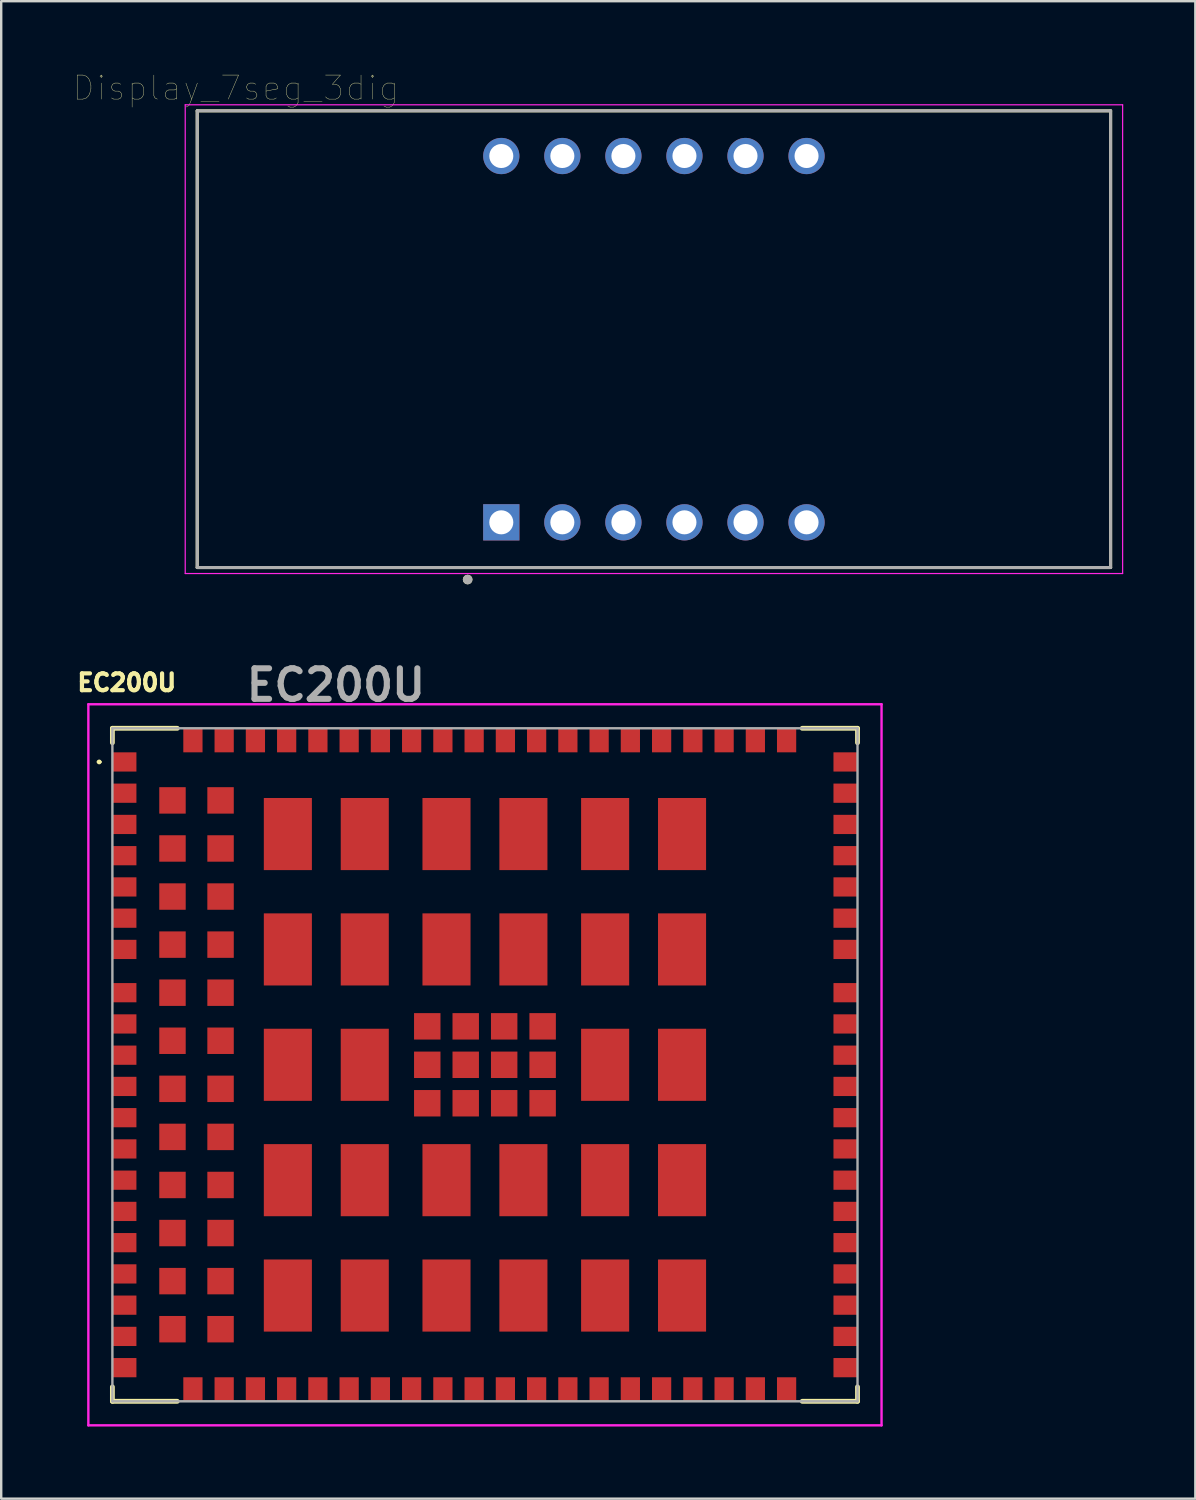
<source format=kicad_pcb>
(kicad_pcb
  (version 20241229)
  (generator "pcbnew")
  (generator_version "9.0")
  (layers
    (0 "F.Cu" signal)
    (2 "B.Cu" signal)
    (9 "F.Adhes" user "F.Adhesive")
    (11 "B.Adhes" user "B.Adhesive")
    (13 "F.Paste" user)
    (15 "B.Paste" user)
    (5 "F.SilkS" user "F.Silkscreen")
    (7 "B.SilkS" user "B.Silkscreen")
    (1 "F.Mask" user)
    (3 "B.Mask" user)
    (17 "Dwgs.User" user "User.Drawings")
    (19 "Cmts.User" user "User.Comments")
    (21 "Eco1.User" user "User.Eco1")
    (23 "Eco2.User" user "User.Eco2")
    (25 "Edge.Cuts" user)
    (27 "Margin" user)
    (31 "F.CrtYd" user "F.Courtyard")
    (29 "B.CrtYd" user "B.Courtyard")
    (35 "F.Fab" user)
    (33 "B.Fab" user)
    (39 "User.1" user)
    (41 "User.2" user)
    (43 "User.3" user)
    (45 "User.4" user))
  (footprint "Display_7seg_3dig"
    (layer "F.Cu")
    (at 24.156 11.061)
    (property "Reference" "Display_7seg_3dig" (at -17.4 -10.45 0) (layer "F.SilkS") (effects (font (size 1 1) (thickness 0.015))))
    (attr through_hole)
    (fp_line (start -19 -9.5) (end -19 9.5) (stroke (width 0.127) (type solid)) (layer "F.SilkS"))
    (fp_line (start -19 9.5) (end 19 9.5) (stroke (width 0.127) (type solid)) (layer "F.SilkS"))
    (fp_line (start 19 -9.5) (end -19 -9.5) (stroke (width 0.127) (type solid)) (layer "F.SilkS"))
    (fp_line (start 19 9.5) (end 19 -9.5) (stroke (width 0.127) (type solid)) (layer "F.SilkS"))
    (fp_circle (center -7.75 10) (end -7.65 10) (stroke (width 0.2) (type solid)) (fill no) (layer "F.SilkS"))
    (fp_line (start -19.5 -9.75) (end -19.5 9.75) (stroke (width 0.05) (type solid)) (layer "F.CrtYd"))
    (fp_line (start -19.5 9.75) (end 19.5 9.75) (stroke (width 0.05) (type solid)) (layer "F.CrtYd"))
    (fp_line (start 19.5 -9.75) (end -19.5 -9.75) (stroke (width 0.05) (type solid)) (layer "F.CrtYd"))
    (fp_line (start 19.5 9.75) (end 19.5 -9.75) (stroke (width 0.05) (type solid)) (layer "F.CrtYd"))
    (fp_line (start -19 -9.5) (end -19 9.5) (stroke (width 0.127) (type solid)) (layer "F.Fab"))
    (fp_line (start -19 9.5) (end 19 9.5) (stroke (width 0.127) (type solid)) (layer "F.Fab"))
    (fp_line (start 19 -9.5) (end -19 -9.5) (stroke (width 0.127) (type solid)) (layer "F.Fab"))
    (fp_line (start 19 9.5) (end 19 -9.5) (stroke (width 0.127) (type solid)) (layer "F.Fab"))
    (fp_circle (center -7.75 10) (end -7.65 10) (stroke (width 0.2) (type solid)) (fill no) (layer "F.Fab"))
    (pad "1" thru_hole rect (at -6.35 7.62) (size 1.508 1.508) (drill 1) (layers "*.Cu" "*.Mask"))
    (pad "2" thru_hole circle (at -3.81 7.62) (size 1.508 1.508) (drill 1) (layers "*.Cu" "*.Mask"))
    (pad "3" thru_hole circle (at -1.27 7.62) (size 1.508 1.508) (drill 1) (layers "*.Cu" "*.Mask"))
    (pad "4" thru_hole circle (at 1.27 7.62) (size 1.508 1.508) (drill 1) (layers "*.Cu" "*.Mask"))
    (pad "5" thru_hole circle (at 3.81 7.62) (size 1.508 1.508) (drill 1) (layers "*.Cu" "*.Mask"))
    (pad "6" thru_hole circle (at 6.35 7.62) (size 1.508 1.508) (drill 1) (layers "*.Cu" "*.Mask"))
    (pad "7" thru_hole circle (at 6.35 -7.62) (size 1.508 1.508) (drill 1) (layers "*.Cu" "*.Mask"))
    (pad "8" thru_hole circle (at 3.81 -7.62) (size 1.508 1.508) (drill 1) (layers "*.Cu" "*.Mask"))
    (pad "9" thru_hole circle (at 1.27 -7.62) (size 1.508 1.508) (drill 1) (layers "*.Cu" "*.Mask"))
    (pad "10" thru_hole circle (at -1.27 -7.62) (size 1.508 1.508) (drill 1) (layers "*.Cu" "*.Mask"))
    (pad "11" thru_hole circle (at -3.81 -7.62) (size 1.508 1.508) (drill 1) (layers "*.Cu" "*.Mask"))
    (pad "12" thru_hole circle (at -6.35 -7.62) (size 1.508 1.508) (drill 1) (layers "*.Cu" "*.Mask")))
  (footprint "EC200U"
    (layer "F.Cu")
    (at 17.126 41.25)
    (property "Reference" "EC200U" (at -14.9 -15.9 0) (layer "F.SilkS") (effects (font (size 0.7 0.7) (thickness 0.175))))
    (attr smd)
    (fp_line (start -16.1 -12.6) (end -16.1 -12.6) (stroke (width 0.1) (type solid)) (layer "F.SilkS"))
    (fp_line (start -16 -12.6) (end -16 -12.6) (stroke (width 0.1) (type solid)) (layer "F.SilkS"))
    (fp_line (start -15.5 -14) (end -15.5 -13.4) (stroke (width 0.2) (type solid)) (layer "F.SilkS"))
    (fp_line (start -15.5 13.4) (end -15.5 14) (stroke (width 0.2) (type solid)) (layer "F.SilkS"))
    (fp_line (start -15.5 14) (end -12.8 14) (stroke (width 0.2) (type solid)) (layer "F.SilkS"))
    (fp_line (start -12.8 -14) (end -15.5 -14) (stroke (width 0.2) (type solid)) (layer "F.SilkS"))
    (fp_line (start 13.2 -14) (end 15.5 -14) (stroke (width 0.2) (type solid)) (layer "F.SilkS"))
    (fp_line (start 13.2 14) (end 15.5 14) (stroke (width 0.2) (type solid)) (layer "F.SilkS"))
    (fp_line (start 15.5 -14) (end 15.5 -13.4) (stroke (width 0.2) (type solid)) (layer "F.SilkS"))
    (fp_line (start 15.5 14) (end 15.5 13.4) (stroke (width 0.2) (type solid)) (layer "F.SilkS"))
    (fp_arc (start -16.1 -12.6) (mid -16.05 -12.65) (end -16 -12.6) (stroke (width 0.1) (type solid)) (layer "F.SilkS"))
    (fp_arc (start -16 -12.6) (mid -16.05 -12.55) (end -16.1 -12.6) (stroke (width 0.1) (type solid)) (layer "F.SilkS"))
    (fp_line (start -16.5 -15) (end 16.5 -15) (stroke (width 0.1) (type solid)) (layer "F.CrtYd"))
    (fp_line (start -16.5 15) (end -16.5 -15) (stroke (width 0.1) (type solid)) (layer "F.CrtYd"))
    (fp_line (start 16.5 -15) (end 16.5 15) (stroke (width 0.1) (type solid)) (layer "F.CrtYd"))
    (fp_line (start 16.5 15) (end -16.5 15) (stroke (width 0.1) (type solid)) (layer "F.CrtYd"))
    (fp_line (start -15.5 -14) (end -15.5 14) (stroke (width 0.1) (type solid)) (layer "F.Fab"))
    (fp_line (start -15.5 14) (end 15.5 14) (stroke (width 0.1) (type solid)) (layer "F.Fab"))
    (fp_line (start 15.5 -14) (end -15.5 -14) (stroke (width 0.1) (type solid)) (layer "F.Fab"))
    (fp_line (start 15.5 14) (end 15.5 -14) (stroke (width 0.1) (type solid)) (layer "F.Fab"))
    (fp_text user "${REFERENCE}" (at -6.2 -15.8 0) (layer "F.Fab") (effects (font (size 1.27 1.27) (thickness 0.254))))
    (pad "1" smd rect (at -15 -12.6 90) (size 0.8 1) (layers "F.Cu" "F.Mask" "F.Paste"))
    (pad "2" smd rect (at -15 -11.3 90) (size 0.8 1) (layers "F.Cu" "F.Mask" "F.Paste"))
    (pad "3" smd rect (at -15 -10 90) (size 0.8 1) (layers "F.Cu" "F.Mask" "F.Paste"))
    (pad "4" smd rect (at -15 -8.7 90) (size 0.8 1) (layers "F.Cu" "F.Mask" "F.Paste"))
    (pad "5" smd rect (at -15 -7.4 90) (size 0.8 1) (layers "F.Cu" "F.Mask" "F.Paste"))
    (pad "6" smd rect (at -15 -6.1 90) (size 0.8 1) (layers "F.Cu" "F.Mask" "F.Paste"))
    (pad "7" smd rect (at -15 -4.8 90) (size 0.8 1) (layers "F.Cu" "F.Mask" "F.Paste"))
    (pad "8" smd rect (at -15 -0.4 90) (size 0.8 1) (layers "F.Cu" "F.Mask" "F.Paste"))
    (pad "9" smd rect (at -15 0.9 90) (size 0.8 1) (layers "F.Cu" "F.Mask" "F.Paste"))
    (pad "10" smd rect (at -15 2.2 90) (size 0.8 1) (layers "F.Cu" "F.Mask" "F.Paste"))
    (pad "11" smd rect (at -15 3.5 90) (size 0.8 1) (layers "F.Cu" "F.Mask" "F.Paste"))
    (pad "12" smd rect (at -15 4.8 90) (size 0.8 1) (layers "F.Cu" "F.Mask" "F.Paste"))
    (pad "13" smd rect (at -15 6.1 90) (size 0.8 1) (layers "F.Cu" "F.Mask" "F.Paste"))
    (pad "14" smd rect (at -15 7.4 90) (size 0.8 1) (layers "F.Cu" "F.Mask" "F.Paste"))
    (pad "15" smd rect (at -15 8.7 90) (size 0.8 1) (layers "F.Cu" "F.Mask" "F.Paste"))
    (pad "16" smd rect (at -15 10 90) (size 0.8 1) (layers "F.Cu" "F.Mask" "F.Paste"))
    (pad "17" smd rect (at -15 11.3 90) (size 0.8 1) (layers "F.Cu" "F.Mask" "F.Paste"))
    (pad "18" smd rect (at -15 12.6 90) (size 0.8 1) (layers "F.Cu" "F.Mask" "F.Paste"))
    (pad "19" smd rect (at -9.55 13.5) (size 0.8 1) (layers "F.Cu" "F.Mask" "F.Paste"))
    (pad "20" smd rect (at -8.25 13.5) (size 0.8 1) (layers "F.Cu" "F.Mask" "F.Paste"))
    (pad "21" smd rect (at -6.95 13.5) (size 0.8 1) (layers "F.Cu" "F.Mask" "F.Paste"))
    (pad "22" smd rect (at -5.65 13.5) (size 0.8 1) (layers "F.Cu" "F.Mask" "F.Paste"))
    (pad "23" smd rect (at -4.35 13.5) (size 0.8 1) (layers "F.Cu" "F.Mask" "F.Paste"))
    (pad "24" smd rect (at -3.05 13.5) (size 0.8 1) (layers "F.Cu" "F.Mask" "F.Paste"))
    (pad "25" smd rect (at -1.75 13.5) (size 0.8 1) (layers "F.Cu" "F.Mask" "F.Paste"))
    (pad "26" smd rect (at -0.45 13.5) (size 0.8 1) (layers "F.Cu" "F.Mask" "F.Paste"))
    (pad "27" smd rect (at 0.85 13.5) (size 0.8 1) (layers "F.Cu" "F.Mask" "F.Paste"))
    (pad "28" smd rect (at 2.15 13.5) (size 0.8 1) (layers "F.Cu" "F.Mask" "F.Paste"))
    (pad "29" smd rect (at 3.45 13.5) (size 0.8 1) (layers "F.Cu" "F.Mask" "F.Paste"))
    (pad "30" smd rect (at 4.75 13.5) (size 0.8 1) (layers "F.Cu" "F.Mask" "F.Paste"))
    (pad "31" smd rect (at 6.05 13.5) (size 0.8 1) (layers "F.Cu" "F.Mask" "F.Paste"))
    (pad "32" smd rect (at 7.35 13.5) (size 0.8 1) (layers "F.Cu" "F.Mask" "F.Paste"))
    (pad "33" smd rect (at 8.65 13.5) (size 0.8 1) (layers "F.Cu" "F.Mask" "F.Paste"))
    (pad "34" smd rect (at 9.95 13.5) (size 0.8 1) (layers "F.Cu" "F.Mask" "F.Paste"))
    (pad "35" smd rect (at 11.25 13.5) (size 0.8 1) (layers "F.Cu" "F.Mask" "F.Paste"))
    (pad "36" smd rect (at 12.55 13.5) (size 0.8 1) (layers "F.Cu" "F.Mask" "F.Paste"))
    (pad "37" smd rect (at 15 12.6 90) (size 0.8 1) (layers "F.Cu" "F.Mask" "F.Paste"))
    (pad "38" smd rect (at 15 11.3 90) (size 0.8 1) (layers "F.Cu" "F.Mask" "F.Paste"))
    (pad "39" smd rect (at 15 10 90) (size 0.8 1) (layers "F.Cu" "F.Mask" "F.Paste"))
    (pad "40" smd rect (at 15 8.7 90) (size 0.8 1) (layers "F.Cu" "F.Mask" "F.Paste"))
    (pad "41" smd rect (at 15 7.4 90) (size 0.8 1) (layers "F.Cu" "F.Mask" "F.Paste"))
    (pad "42" smd rect (at 15 6.1 90) (size 0.8 1) (layers "F.Cu" "F.Mask" "F.Paste"))
    (pad "43" smd rect (at 15 4.8 90) (size 0.8 1) (layers "F.Cu" "F.Mask" "F.Paste"))
    (pad "44" smd rect (at 15 3.5 90) (size 0.8 1) (layers "F.Cu" "F.Mask" "F.Paste"))
    (pad "45" smd rect (at 15 2.2 90) (size 0.8 1) (layers "F.Cu" "F.Mask" "F.Paste"))
    (pad "46" smd rect (at 15 0.9 90) (size 0.8 1) (layers "F.Cu" "F.Mask" "F.Paste"))
    (pad "47" smd rect (at 15 -0.4 90) (size 0.8 1) (layers "F.Cu" "F.Mask" "F.Paste"))
    (pad "48" smd rect (at 15 -4.8 90) (size 0.8 1) (layers "F.Cu" "F.Mask" "F.Paste"))
    (pad "49" smd rect (at 15 -6.1 90) (size 0.8 1) (layers "F.Cu" "F.Mask" "F.Paste"))
    (pad "50" smd rect (at 15 -7.4 90) (size 0.8 1) (layers "F.Cu" "F.Mask" "F.Paste"))
    (pad "51" smd rect (at 15 -8.7 90) (size 0.8 1) (layers "F.Cu" "F.Mask" "F.Paste"))
    (pad "52" smd rect (at 15 -10 90) (size 0.8 1) (layers "F.Cu" "F.Mask" "F.Paste"))
    (pad "53" smd rect (at 15 -11.3 90) (size 0.8 1) (layers "F.Cu" "F.Mask" "F.Paste"))
    (pad "54" smd rect (at 15 -12.6 90) (size 0.8 1) (layers "F.Cu" "F.Mask" "F.Paste"))
    (pad "55" smd rect (at 12.55 -13.5) (size 0.8 1) (layers "F.Cu" "F.Mask" "F.Paste"))
    (pad "56" smd rect (at 11.25 -13.5) (size 0.8 1) (layers "F.Cu" "F.Mask" "F.Paste"))
    (pad "57" smd rect (at 9.95 -13.5) (size 0.8 1) (layers "F.Cu" "F.Mask" "F.Paste"))
    (pad "58" smd rect (at 8.65 -13.5) (size 0.8 1) (layers "F.Cu" "F.Mask" "F.Paste"))
    (pad "59" smd rect (at 7.35 -13.5) (size 0.8 1) (layers "F.Cu" "F.Mask" "F.Paste"))
    (pad "60" smd rect (at 6.05 -13.5) (size 0.8 1) (layers "F.Cu" "F.Mask" "F.Paste"))
    (pad "61" smd rect (at 4.75 -13.5) (size 0.8 1) (layers "F.Cu" "F.Mask" "F.Paste"))
    (pad "62" smd rect (at 3.45 -13.5) (size 0.8 1) (layers "F.Cu" "F.Mask" "F.Paste"))
    (pad "63" smd rect (at 2.15 -13.5) (size 0.8 1) (layers "F.Cu" "F.Mask" "F.Paste"))
    (pad "64" smd rect (at 0.85 -13.5) (size 0.8 1) (layers "F.Cu" "F.Mask" "F.Paste"))
    (pad "65" smd rect (at -0.45 -13.5) (size 0.8 1) (layers "F.Cu" "F.Mask" "F.Paste"))
    (pad "66" smd rect (at -1.75 -13.5) (size 0.8 1) (layers "F.Cu" "F.Mask" "F.Paste"))
    (pad "67" smd rect (at -3.05 -13.5) (size 0.8 1) (layers "F.Cu" "F.Mask" "F.Paste"))
    (pad "68" smd rect (at -4.35 -13.5) (size 0.8 1) (layers "F.Cu" "F.Mask" "F.Paste"))
    (pad "69" smd rect (at -5.65 -13.5) (size 0.8 1) (layers "F.Cu" "F.Mask" "F.Paste"))
    (pad "70" smd rect (at -6.95 -13.5) (size 0.8 1) (layers "F.Cu" "F.Mask" "F.Paste"))
    (pad "71" smd rect (at -8.25 -13.5) (size 0.8 1) (layers "F.Cu" "F.Mask" "F.Paste"))
    (pad "72" smd rect (at -9.55 -13.5) (size 0.8 1) (layers "F.Cu" "F.Mask" "F.Paste"))
    (pad "73" smd rect (at 2.4 -1.6) (size 1.1 1.1) (layers "F.Cu" "F.Mask" "F.Paste"))
    (pad "74" smd rect (at 2.4 0) (size 1.1 1.1) (layers "F.Cu" "F.Mask" "F.Paste"))
    (pad "75" smd rect (at 2.4 1.6) (size 1.1 1.1) (layers "F.Cu" "F.Mask" "F.Paste"))
    (pad "76" smd rect (at 0.8 -1.6) (size 1.1 1.1) (layers "F.Cu" "F.Mask" "F.Paste"))
    (pad "77" smd rect (at 0.8 0) (size 1.1 1.1) (layers "F.Cu" "F.Mask" "F.Paste"))
    (pad "78" smd rect (at 0.8 1.6) (size 1.1 1.1) (layers "F.Cu" "F.Mask" "F.Paste"))
    (pad "79" smd rect (at -0.8 -1.6) (size 1.1 1.1) (layers "F.Cu" "F.Mask" "F.Paste"))
    (pad "80" smd rect (at -0.8 0) (size 1.1 1.1) (layers "F.Cu" "F.Mask" "F.Paste"))
    (pad "81" smd rect (at -0.8 1.6) (size 1.1 1.1) (layers "F.Cu" "F.Mask" "F.Paste"))
    (pad "82" smd rect (at -2.4 -1.6) (size 1.1 1.1) (layers "F.Cu" "F.Mask" "F.Paste"))
    (pad "83" smd rect (at -2.4 0) (size 1.1 1.1) (layers "F.Cu" "F.Mask" "F.Paste"))
    (pad "84" smd rect (at -2.4 1.6) (size 1.1 1.1) (layers "F.Cu" "F.Mask" "F.Paste"))
    (pad "85" smd rect (at 8.2 -9.6) (size 2 3) (layers "F.Cu" "F.Mask" "F.Paste"))
    (pad "86" smd rect (at 8.2 -4.8) (size 2 3) (layers "F.Cu" "F.Mask" "F.Paste"))
    (pad "87" smd rect (at 8.2 0) (size 2 3) (layers "F.Cu" "F.Mask" "F.Paste"))
    (pad "88" smd rect (at 8.2 4.8) (size 2 3) (layers "F.Cu" "F.Mask" "F.Paste"))
    (pad "89" smd rect (at 8.2 9.6) (size 2 3) (layers "F.Cu" "F.Mask" "F.Paste"))
    (pad "90" smd rect (at 5 -9.6) (size 2 3) (layers "F.Cu" "F.Mask" "F.Paste"))
    (pad "91" smd rect (at 5 -4.8) (size 2 3) (layers "F.Cu" "F.Mask" "F.Paste"))
    (pad "92" smd rect (at 5 0) (size 2 3) (layers "F.Cu" "F.Mask" "F.Paste"))
    (pad "93" smd rect (at 5 4.8) (size 2 3) (layers "F.Cu" "F.Mask" "F.Paste"))
    (pad "94" smd rect (at 5 9.6) (size 2 3) (layers "F.Cu" "F.Mask" "F.Paste"))
    (pad "95" smd rect (at 1.6 -9.6) (size 2 3) (layers "F.Cu" "F.Mask" "F.Paste"))
    (pad "96" smd rect (at 1.6 -4.8) (size 2 3) (layers "F.Cu" "F.Mask" "F.Paste"))
    (pad "97" smd rect (at 1.6 4.8) (size 2 3) (layers "F.Cu" "F.Mask" "F.Paste"))
    (pad "98" smd rect (at 1.6 9.6) (size 2 3) (layers "F.Cu" "F.Mask" "F.Paste"))
    (pad "99" smd rect (at -1.6 -9.6) (size 2 3) (layers "F.Cu" "F.Mask" "F.Paste"))
    (pad "100" smd rect (at -1.6 -4.8) (size 2 3) (layers "F.Cu" "F.Mask" "F.Paste"))
    (pad "101" smd rect (at -1.6 4.8) (size 2 3) (layers "F.Cu" "F.Mask" "F.Paste"))
    (pad "102" smd rect (at -1.6 9.6) (size 2 3) (layers "F.Cu" "F.Mask" "F.Paste"))
    (pad "103" smd rect (at -5 -9.6) (size 2 3) (layers "F.Cu" "F.Mask" "F.Paste"))
    (pad "104" smd rect (at -5 -4.8) (size 2 3) (layers "F.Cu" "F.Mask" "F.Paste"))
    (pad "105" smd rect (at -5 0) (size 2 3) (layers "F.Cu" "F.Mask" "F.Paste"))
    (pad "106" smd rect (at -5 4.8) (size 2 3) (layers "F.Cu" "F.Mask" "F.Paste"))
    (pad "107" smd rect (at -5 9.6) (size 2 3) (layers "F.Cu" "F.Mask" "F.Paste"))
    (pad "108" smd rect (at -8.2 -9.6) (size 2 3) (layers "F.Cu" "F.Mask" "F.Paste"))
    (pad "109" smd rect (at -8.2 -4.8) (size 2 3) (layers "F.Cu" "F.Mask" "F.Paste"))
    (pad "110" smd rect (at -8.2 0) (size 2 3) (layers "F.Cu" "F.Mask" "F.Paste"))
    (pad "111" smd rect (at -8.2 4.8) (size 2 3) (layers "F.Cu" "F.Mask" "F.Paste"))
    (pad "112" smd rect (at -8.2 9.6) (size 2 3) (layers "F.Cu" "F.Mask" "F.Paste"))
    (pad "113" smd rect (at -10.85 -13.5) (size 0.8 1) (layers "F.Cu" "F.Mask" "F.Paste"))
    (pad "114" smd rect (at -12.15 -13.5) (size 0.8 1) (layers "F.Cu" "F.Mask" "F.Paste"))
    (pad "115" smd rect (at -10.85 13.5) (size 0.8 1) (layers "F.Cu" "F.Mask" "F.Paste"))
    (pad "116" smd rect (at -12.15 13.5) (size 0.8 1) (layers "F.Cu" "F.Mask" "F.Paste"))
    (pad "117" smd rect (at -11 -11) (size 1.1 1.1) (layers "F.Cu" "F.Mask" "F.Paste"))
    (pad "118" smd rect (at -11 -9) (size 1.1 1.1) (layers "F.Cu" "F.Mask" "F.Paste"))
    (pad "119" smd rect (at -11 -7) (size 1.1 1.1) (layers "F.Cu" "F.Mask" "F.Paste"))
    (pad "120" smd rect (at -11 -5) (size 1.1 1.1) (layers "F.Cu" "F.Mask" "F.Paste"))
    (pad "121" smd rect (at -11 -3) (size 1.1 1.1) (layers "F.Cu" "F.Mask" "F.Paste"))
    (pad "122" smd rect (at -11 -1) (size 1.1 1.1) (layers "F.Cu" "F.Mask" "F.Paste"))
    (pad "123" smd rect (at -11 1) (size 1.1 1.1) (layers "F.Cu" "F.Mask" "F.Paste"))
    (pad "124" smd rect (at -11 3) (size 1.1 1.1) (layers "F.Cu" "F.Mask" "F.Paste"))
    (pad "125" smd rect (at -11 5) (size 1.1 1.1) (layers "F.Cu" "F.Mask" "F.Paste"))
    (pad "126" smd rect (at -11 7) (size 1.1 1.1) (layers "F.Cu" "F.Mask" "F.Paste"))
    (pad "127" smd rect (at -11 9) (size 1.1 1.1) (layers "F.Cu" "F.Mask" "F.Paste"))
    (pad "128" smd rect (at -11 11) (size 1.1 1.1) (layers "F.Cu" "F.Mask" "F.Paste"))
    (pad "129" smd rect (at -13 -11) (size 1.1 1.1) (layers "F.Cu" "F.Mask" "F.Paste"))
    (pad "130" smd rect (at -13 -9) (size 1.1 1.1) (layers "F.Cu" "F.Mask" "F.Paste"))
    (pad "131" smd rect (at -13 -7) (size 1.1 1.1) (layers "F.Cu" "F.Mask" "F.Paste"))
    (pad "132" smd rect (at -13 -5) (size 1.1 1.1) (layers "F.Cu" "F.Mask" "F.Paste"))
    (pad "133" smd rect (at -13 -3) (size 1.1 1.1) (layers "F.Cu" "F.Mask" "F.Paste"))
    (pad "134" smd rect (at -13 -1) (size 1.1 1.1) (layers "F.Cu" "F.Mask" "F.Paste"))
    (pad "135" smd rect (at -13 1) (size 1.1 1.1) (layers "F.Cu" "F.Mask" "F.Paste"))
    (pad "136" smd rect (at -13 3) (size 1.1 1.1) (layers "F.Cu" "F.Mask" "F.Paste"))
    (pad "137" smd rect (at -13 5) (size 1.1 1.1) (layers "F.Cu" "F.Mask" "F.Paste"))
    (pad "138" smd rect (at -13 7) (size 1.1 1.1) (layers "F.Cu" "F.Mask" "F.Paste"))
    (pad "139" smd rect (at -13 9) (size 1.1 1.1) (layers "F.Cu" "F.Mask" "F.Paste"))
    (pad "140" smd rect (at -13 11) (size 1.1 1.1) (layers "F.Cu" "F.Mask" "F.Paste"))
    (pad "141" smd rect (at -15 -3 90) (size 0.8 1) (layers "F.Cu" "F.Mask" "F.Paste"))
    (pad "142" smd rect (at -15 -1.7 90) (size 0.8 1) (layers "F.Cu" "F.Mask" "F.Paste"))
    (pad "143" smd rect (at 15 -1.7 90) (size 0.8 1) (layers "F.Cu" "F.Mask" "F.Paste"))
    (pad "144" smd rect (at 15 -3 90) (size 0.8 1) (layers "F.Cu" "F.Mask" "F.Paste")))
  (gr_rect
    (start -3 -3)
    (end 46.681 59.3)
    (stroke (width 0.1) (type default))
    (fill no)
    (layer "Edge.Cuts")))
</source>
